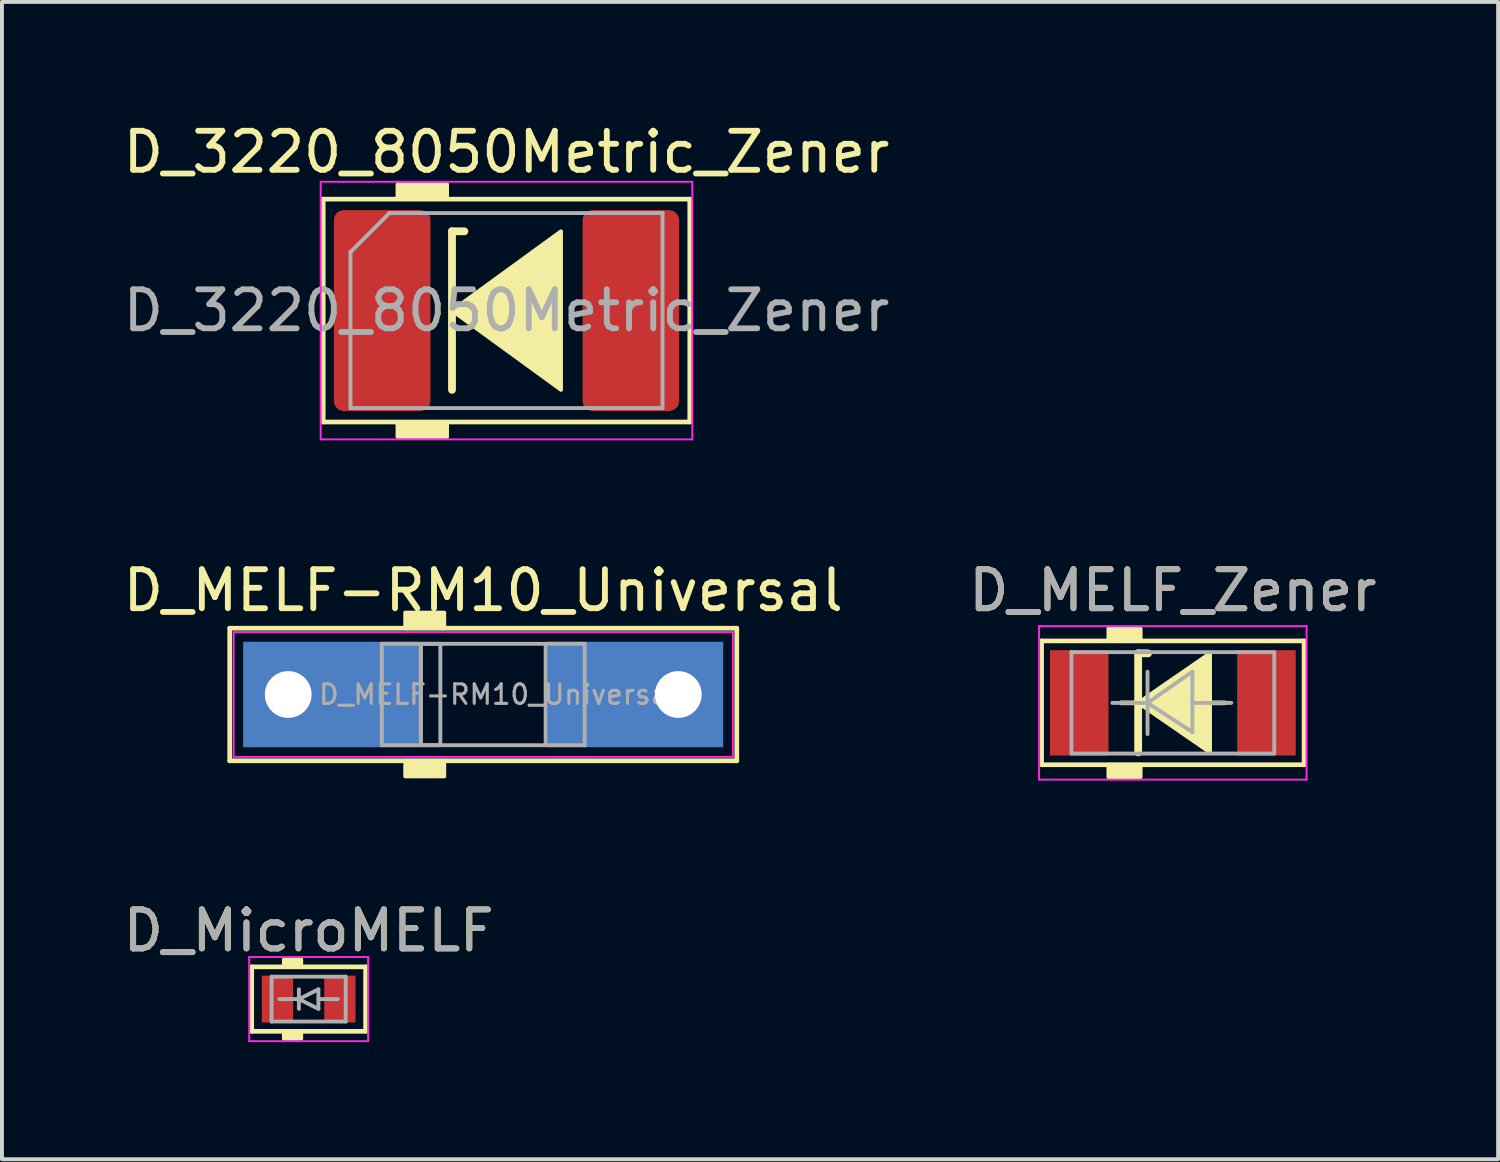
<source format=kicad_pcb>
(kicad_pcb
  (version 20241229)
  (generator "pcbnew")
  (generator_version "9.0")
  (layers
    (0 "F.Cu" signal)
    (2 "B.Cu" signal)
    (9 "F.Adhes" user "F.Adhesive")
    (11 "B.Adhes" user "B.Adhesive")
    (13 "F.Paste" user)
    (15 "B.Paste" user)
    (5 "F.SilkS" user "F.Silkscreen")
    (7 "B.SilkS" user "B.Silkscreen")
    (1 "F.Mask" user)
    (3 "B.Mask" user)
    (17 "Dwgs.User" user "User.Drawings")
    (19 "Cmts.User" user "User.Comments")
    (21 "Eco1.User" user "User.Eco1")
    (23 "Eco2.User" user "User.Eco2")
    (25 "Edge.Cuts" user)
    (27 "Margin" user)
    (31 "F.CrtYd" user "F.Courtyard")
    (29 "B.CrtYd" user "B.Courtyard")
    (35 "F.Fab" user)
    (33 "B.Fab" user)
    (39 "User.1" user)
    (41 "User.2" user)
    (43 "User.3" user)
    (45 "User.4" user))
  (footprint "D_MicroMELF"
    (layer "F.Cu")
    (at 4.863 22.564)
    (property "Reference" "D_MicroMELF" (at 0 -1.754 0) (layer "F.SilkS") (effects (font (size 1 1) (thickness 0.15))))
    (attr smd)
    (fp_line (start -1.46 -0.826) (end 1.46 -0.826) (stroke (width 0.12) (type solid)) (layer "F.SilkS"))
    (fp_line (start -1.46 0.826) (end -1.46 -0.826) (stroke (width 0.12) (type solid)) (layer "F.SilkS"))
    (fp_line (start 1.46 -0.826) (end 1.46 0.826) (stroke (width 0.12) (type solid)) (layer "F.SilkS"))
    (fp_line (start 1.46 0.826) (end -1.46 0.826) (stroke (width 0.12) (type solid)) (layer "F.SilkS"))
    (fp_poly (pts (xy -0.191 -0.826) (xy -0.635 -0.826) (xy -0.635 -1.016) (xy -0.191 -1.016)) (stroke (width 0.1) (type solid)) (fill yes) (layer "F.SilkS"))
    (fp_poly (pts (xy -0.191 1.016) (xy -0.635 1.016) (xy -0.635 0.826) (xy -0.191 0.826)) (stroke (width 0.1) (type solid)) (fill yes) (layer "F.SilkS"))
    (fp_line (start -1.524 -1.079) (end -1.524 1.079) (stroke (width 0.05) (type solid)) (layer "F.CrtYd"))
    (fp_line (start -1.524 -1.079) (end 1.524 -1.079) (stroke (width 0.05) (type solid)) (layer "F.CrtYd"))
    (fp_line (start 1.524 1.079) (end -1.524 1.079) (stroke (width 0.05) (type solid)) (layer "F.CrtYd"))
    (fp_line (start 1.524 1.079) (end 1.524 -1.079) (stroke (width 0.05) (type solid)) (layer "F.CrtYd"))
    (fp_line (start -0.95 -0.575) (end 0.95 -0.575) (stroke (width 0.1) (type solid)) (layer "F.Fab"))
    (fp_line (start -0.95 0.575) (end -0.95 -0.575) (stroke (width 0.1) (type solid)) (layer "F.Fab"))
    (fp_line (start -0.25 -0.25) (end -0.25 0.25) (stroke (width 0.1) (type solid)) (layer "F.Fab"))
    (fp_line (start -0.25 0) (end -0.75 0) (stroke (width 0.1) (type solid)) (layer "F.Fab"))
    (fp_line (start -0.25 0) (end 0.25 -0.25) (stroke (width 0.1) (type solid)) (layer "F.Fab"))
    (fp_line (start 0.25 -0.25) (end 0.25 0.25) (stroke (width 0.1) (type solid)) (layer "F.Fab"))
    (fp_line (start 0.25 0) (end 0.75 0) (stroke (width 0.1) (type solid)) (layer "F.Fab"))
    (fp_line (start 0.25 0.25) (end -0.25 0) (stroke (width 0.1) (type solid)) (layer "F.Fab"))
    (fp_line (start 0.95 -0.575) (end 0.95 0.575) (stroke (width 0.1) (type solid)) (layer "F.Fab"))
    (fp_line (start 0.95 0.575) (end -0.95 0.575) (stroke (width 0.1) (type solid)) (layer "F.Fab"))
    (fp_text user "${REFERENCE}" (at 0 -1.754 0) (layer "F.Fab") (effects (font (size 1 1) (thickness 0.15))))
    (pad "1" smd rect (at -0.8 0) (size 0.8 1.2) (layers "F.Cu" "F.Mask" "F.Paste"))
    (pad "2" smd rect (at 0.8 0) (size 0.8 1.2) (layers "F.Cu" "F.Mask" "F.Paste")))
  (footprint "D_3220_8050Metric_Zener"
    (layer "F.Cu")
    (at 9.935 4.912)
    (property "Reference" "D_3220_8050Metric_Zener" (at 0 -4.064 0) (layer "F.SilkS") (effects (font (size 1 1) (thickness 0.15))))
    (attr smd)
    (fp_line (start -4.699 -2.857) (end 4.699 -2.857) (stroke (width 0.12) (type solid)) (layer "F.SilkS"))
    (fp_line (start -4.699 2.857) (end -4.699 -2.857) (stroke (width 0.12) (type solid)) (layer "F.SilkS"))
    (fp_line (start -1.397 -2.032) (end -1.397 2.032) (stroke (width 0.2) (type solid)) (layer "F.SilkS"))
    (fp_line (start -1.397 -2.032) (end -1.079 -2.032) (stroke (width 0.2) (type solid)) (layer "F.SilkS"))
    (fp_line (start 4.699 -2.857) (end 4.699 2.857) (stroke (width 0.12) (type solid)) (layer "F.SilkS"))
    (fp_line (start 4.699 2.857) (end -4.699 2.857) (stroke (width 0.12) (type solid)) (layer "F.SilkS"))
    (fp_poly (pts (xy 1.397 2.032) (xy -1.397 0) (xy 1.397 -2.032)) (stroke (width 0.1) (type solid)) (fill yes) (layer "F.SilkS"))
    (fp_poly (pts (xy -1.524 -2.857) (xy -2.794 -2.857) (xy -2.794 -3.239) (xy -1.524 -3.239)) (stroke (width 0.1) (type solid)) (fill yes) (layer "F.SilkS"))
    (fp_poly (pts (xy -1.524 3.239) (xy -2.794 3.239) (xy -2.794 2.857) (xy -1.524 2.857)) (stroke (width 0.1) (type solid)) (fill yes) (layer "F.SilkS"))
    (fp_line (start -4.763 -3.302) (end 4.763 -3.302) (stroke (width 0.05) (type solid)) (layer "F.CrtYd"))
    (fp_line (start -4.763 3.302) (end -4.763 -3.302) (stroke (width 0.05) (type solid)) (layer "F.CrtYd"))
    (fp_line (start 4.763 -3.302) (end 4.763 3.302) (stroke (width 0.05) (type solid)) (layer "F.CrtYd"))
    (fp_line (start 4.763 3.302) (end -4.763 3.302) (stroke (width 0.05) (type solid)) (layer "F.CrtYd"))
    (fp_line (start -4 -1.5) (end -4 2.5) (stroke (width 0.1) (type solid)) (layer "F.Fab"))
    (fp_line (start -4 2.5) (end 4 2.5) (stroke (width 0.1) (type solid)) (layer "F.Fab"))
    (fp_line (start -3 -2.5) (end -4 -1.5) (stroke (width 0.1) (type solid)) (layer "F.Fab"))
    (fp_line (start 4 -2.5) (end -3 -2.5) (stroke (width 0.1) (type solid)) (layer "F.Fab"))
    (fp_line (start 4 2.5) (end 4 -2.5) (stroke (width 0.1) (type solid)) (layer "F.Fab"))
    (fp_text user "${REFERENCE}" (at 0 0 0) (layer "F.Fab") (effects (font (size 1 1) (thickness 0.15))))
    (pad "1" smd roundrect (at -3.188 0) (size 2.475 5.15) (layers "F.Cu" "F.Mask" "F.Paste") (roundrect_rratio 0.101))
    (pad "2" smd roundrect (at 3.188 0) (size 2.475 5.15) (layers "F.Cu" "F.Mask" "F.Paste") (roundrect_rratio 0.101)))
  (footprint "D_MELF_Zener"
    (layer "F.Cu")
    (at 27.018 14.969)
    (property "Reference" "D_MELF_Zener" (at 0 -2.881 0) (layer "F.SilkS") (effects (font (size 1 1) (thickness 0.15))))
    (attr smd)
    (fp_line (start -3.365 -1.587) (end 3.365 -1.587) (stroke (width 0.12) (type solid)) (layer "F.SilkS"))
    (fp_line (start -3.365 1.587) (end -3.365 -1.587) (stroke (width 0.12) (type solid)) (layer "F.SilkS"))
    (fp_line (start -0.953 0) (end -1.333 0) (stroke (width 0.12) (type solid)) (layer "F.SilkS"))
    (fp_line (start -0.889 -1.27) (end -0.889 1.27) (stroke (width 0.2) (type solid)) (layer "F.SilkS"))
    (fp_line (start -0.889 -1.27) (end -0.635 -1.27) (stroke (width 0.2) (type solid)) (layer "F.SilkS"))
    (fp_line (start 1.333 0) (end 0.953 0) (stroke (width 0.12) (type solid)) (layer "F.SilkS"))
    (fp_line (start 3.365 -1.587) (end 3.365 1.587) (stroke (width 0.12) (type solid)) (layer "F.SilkS"))
    (fp_line (start 3.365 1.587) (end -3.365 1.587) (stroke (width 0.12) (type solid)) (layer "F.SilkS"))
    (fp_poly (pts (xy 0.953 1.27) (xy -0.889 0) (xy 0.953 -1.27)) (stroke (width 0.1) (type solid)) (fill yes) (layer "F.SilkS"))
    (fp_poly (pts (xy -0.826 -1.587) (xy -1.651 -1.587) (xy -1.651 -1.905) (xy -0.826 -1.905)) (stroke (width 0.1) (type solid)) (fill yes) (layer "F.SilkS"))
    (fp_poly (pts (xy -0.826 1.905) (xy -1.651 1.905) (xy -1.651 1.587) (xy -0.826 1.587)) (stroke (width 0.1) (type solid)) (fill yes) (layer "F.SilkS"))
    (fp_line (start -3.429 -1.968) (end 3.429 -1.968) (stroke (width 0.05) (type solid)) (layer "F.CrtYd"))
    (fp_line (start -3.429 1.968) (end -3.429 -1.968) (stroke (width 0.05) (type solid)) (layer "F.CrtYd"))
    (fp_line (start 3.429 -1.968) (end 3.429 1.968) (stroke (width 0.05) (type solid)) (layer "F.CrtYd"))
    (fp_line (start 3.429 1.968) (end -3.429 1.968) (stroke (width 0.05) (type solid)) (layer "F.CrtYd"))
    (fp_line (start -2.6 -1.3) (end -2.6 1.3) (stroke (width 0.1) (type solid)) (layer "F.Fab"))
    (fp_line (start -2.6 1.3) (end 2.6 1.3) (stroke (width 0.1) (type solid)) (layer "F.Fab"))
    (fp_line (start -0.649 -0.799) (end -0.649 0.801) (stroke (width 0.1) (type solid)) (layer "F.Fab"))
    (fp_line (start -0.649 0.001) (end -1.551 0.001) (stroke (width 0.1) (type solid)) (layer "F.Fab"))
    (fp_line (start -0.649 0.001) (end 0.501 -0.799) (stroke (width 0.1) (type solid)) (layer "F.Fab"))
    (fp_line (start -0.649 0.001) (end 0.501 0.75) (stroke (width 0.1) (type solid)) (layer "F.Fab"))
    (fp_line (start 0.501 0.001) (end 1.499 0.001) (stroke (width 0.1) (type solid)) (layer "F.Fab"))
    (fp_line (start 0.501 0.75) (end 0.501 -0.799) (stroke (width 0.1) (type solid)) (layer "F.Fab"))
    (fp_line (start 2.6 -1.3) (end -2.6 -1.3) (stroke (width 0.1) (type solid)) (layer "F.Fab"))
    (fp_line (start 2.6 1.3) (end 2.6 -1.3) (stroke (width 0.1) (type solid)) (layer "F.Fab"))
    (fp_text user "${REFERENCE}" (at 0 -2.881 0) (layer "F.Fab") (effects (font (size 1 1) (thickness 0.15))))
    (pad "1" smd rect (at -2.4 0) (size 1.5 2.7) (layers "F.Cu" "F.Mask" "F.Paste"))
    (pad "2" smd rect (at 2.4 0) (size 1.5 2.7) (layers "F.Cu" "F.Mask" "F.Paste")))
  (footprint "D_MELF-RM10_Universal"
    (layer "F.Cu")
    (at 9.339 14.755)
    (property "Reference" "D_MELF-RM10_Universal" (at 0 -2.667 0) (layer "F.SilkS") (effects (font (size 1 1) (thickness 0.15))))
    (attr through_hole)
    (fp_line (start -6.5 -1.7) (end -6.5 1.7) (stroke (width 0.12) (type solid)) (layer "F.SilkS"))
    (fp_line (start -6.5 1.7) (end 6.5 1.7) (stroke (width 0.12) (type solid)) (layer "F.SilkS"))
    (fp_line (start 6.5 -1.7) (end -6.5 -1.7) (stroke (width 0.12) (type solid)) (layer "F.SilkS"))
    (fp_line (start 6.5 1.7) (end 6.5 -1.7) (stroke (width 0.12) (type solid)) (layer "F.SilkS"))
    (fp_poly (pts (xy -1 -1.7) (xy -2 -1.7) (xy -2 -2.1) (xy -1 -2.1)) (stroke (width 0.1) (type solid)) (fill yes) (layer "F.SilkS"))
    (fp_poly (pts (xy -1 2.1) (xy -2 2.1) (xy -2 1.7) (xy -1 1.7)) (stroke (width 0.1) (type solid)) (fill yes) (layer "F.SilkS"))
    (fp_line (start -6.4 -1.6) (end 6.4 -1.6) (stroke (width 0.05) (type solid)) (layer "F.CrtYd"))
    (fp_line (start -6.4 1.6) (end -6.4 -1.6) (stroke (width 0.05) (type solid)) (layer "F.CrtYd"))
    (fp_line (start 6.4 -1.6) (end 6.4 1.6) (stroke (width 0.05) (type solid)) (layer "F.CrtYd"))
    (fp_line (start 6.4 1.6) (end -6.4 1.6) (stroke (width 0.05) (type solid)) (layer "F.CrtYd"))
    (fp_line (start -2.6 -1.3) (end -2.6 1.3) (stroke (width 0.1) (type solid)) (layer "F.Fab"))
    (fp_line (start -2.6 1.3) (end 2.6 1.3) (stroke (width 0.1) (type solid)) (layer "F.Fab"))
    (fp_line (start -1.6 -1.3) (end -1.6 1.3) (stroke (width 0.1) (type solid)) (layer "F.Fab"))
    (fp_line (start 1.6 -1.3) (end 1.6 1.3) (stroke (width 0.1) (type solid)) (layer "F.Fab"))
    (fp_line (start 2.6 -1.3) (end -2.6 -1.3) (stroke (width 0.1) (type solid)) (layer "F.Fab"))
    (fp_line (start 2.6 1.3) (end 2.6 -1.3) (stroke (width 0.1) (type solid)) (layer "F.Fab"))
    (fp_rect (start -1.6 -1.3) (end -1.1 1.3) (stroke (width 0.1) (type solid)) (fill no) (layer "F.Fab"))
    (fp_text user "${REFERENCE}" (at 0.4 0 0) (layer "F.Fab") (effects (font (size 0.5 0.5) (thickness 0.08))))
    (pad "1" thru_hole rect (at -5 0) (size 4.5 2.7) (drill 1.199 (offset 1.1 0)) (layers "*.Cu" "*.Mask"))
    (pad "2" thru_hole rect (at 5 0 180) (size 4.5 2.7) (drill 1.199 (offset 1.1 0)) (layers "*.Cu" "*.Mask")))
  (gr_rect
    (start -3 -3)
    (end 35.357 26.669)
    (stroke (width 0.1) (type default))
    (fill no)
    (layer "Edge.Cuts")))
</source>
